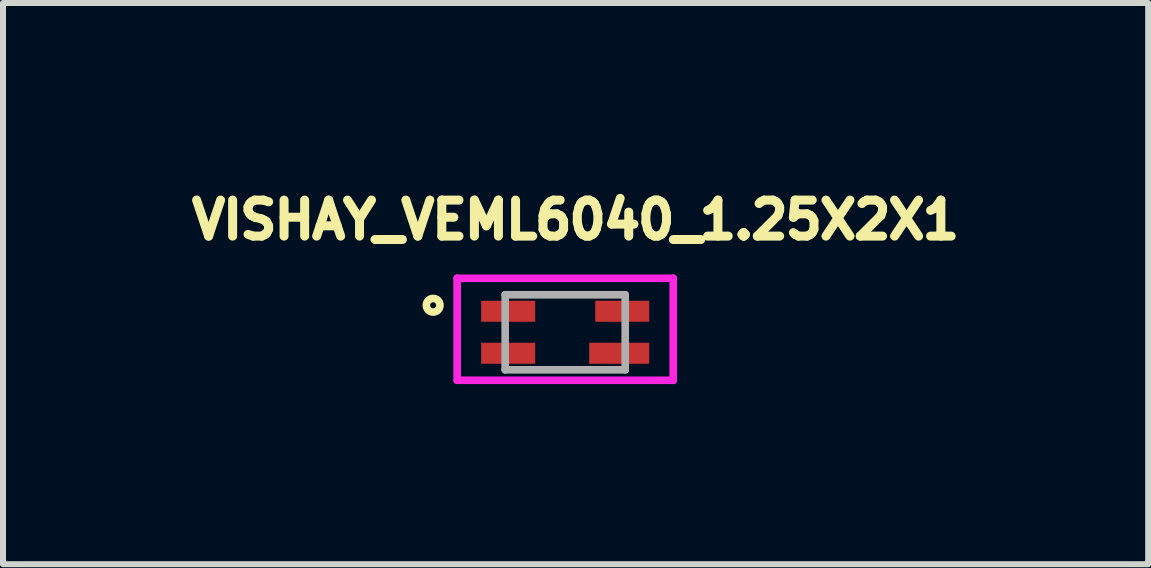
<source format=kicad_pcb>
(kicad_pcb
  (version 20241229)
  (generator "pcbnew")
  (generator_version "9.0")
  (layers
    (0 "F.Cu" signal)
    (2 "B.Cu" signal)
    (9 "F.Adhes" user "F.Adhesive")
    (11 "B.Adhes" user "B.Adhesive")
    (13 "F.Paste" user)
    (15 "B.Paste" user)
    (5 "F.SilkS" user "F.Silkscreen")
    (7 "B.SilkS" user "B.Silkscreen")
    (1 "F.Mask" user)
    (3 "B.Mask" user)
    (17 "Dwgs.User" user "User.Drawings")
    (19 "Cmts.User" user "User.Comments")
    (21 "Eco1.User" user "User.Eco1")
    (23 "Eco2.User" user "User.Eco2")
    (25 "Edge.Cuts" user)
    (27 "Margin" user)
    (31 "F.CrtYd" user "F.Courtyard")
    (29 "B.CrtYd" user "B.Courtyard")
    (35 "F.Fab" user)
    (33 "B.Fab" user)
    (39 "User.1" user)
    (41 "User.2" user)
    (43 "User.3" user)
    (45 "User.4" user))
  (footprint "VISHAY_VEML6040_1.25X2X1"
    (layer "F.Cu")
    (at 6.367 2.486)
    (property "Reference" "VISHAY_VEML6040_1.25X2X1" (at 0.173 -1.872 0) (layer "F.SilkS") (effects (font (size 0.6 0.6) (thickness 0.15))))
    (attr through_hole)
    (fp_circle (center -2.2 -0.45) (end -2.15 -0.45) (stroke (width 0.127) (type solid)) (fill no) (layer "F.SilkS"))
    (fp_line (start -1.8 -0.9) (end 1.8 -0.9) (stroke (width 0.127) (type solid)) (layer "F.CrtYd"))
    (fp_line (start -1.8 0.8) (end -1.8 -0.9) (stroke (width 0.127) (type solid)) (layer "F.CrtYd"))
    (fp_line (start 1.8 -0.9) (end 1.8 0.8) (stroke (width 0.127) (type solid)) (layer "F.CrtYd"))
    (fp_line (start 1.8 0.8) (end -1.8 0.8) (stroke (width 0.127) (type solid)) (layer "F.CrtYd"))
    (fp_line (start -1 -0.625) (end 1 -0.625) (stroke (width 0.127) (type solid)) (layer "F.Fab"))
    (fp_line (start -1 0.625) (end -1 -0.625) (stroke (width 0.127) (type solid)) (layer "F.Fab"))
    (fp_line (start 1 -0.625) (end 1 0.625) (stroke (width 0.127) (type solid)) (layer "F.Fab"))
    (fp_line (start 1 0.625) (end -1 0.625) (stroke (width 0.127) (type solid)) (layer "F.Fab"))
    (pad "1" smd rect (at -0.95 -0.35) (size 0.9 0.35) (layers "F.Cu" "F.Mask" "F.Paste"))
    (pad "2" smd rect (at -0.95 0.35) (size 0.9 0.35) (layers "F.Cu" "F.Mask" "F.Paste"))
    (pad "3" smd rect (at 0.9 0.35 270) (size 0.35 1) (layers "F.Cu" "F.Mask" "F.Paste"))
    (pad "4" smd rect (at 0.95 -0.35) (size 0.9 0.35) (layers "F.Cu" "F.Mask" "F.Paste")))
  (gr_rect
    (start -3 -3)
    (end 16.08 6.35)
    (stroke (width 0.1) (type default))
    (fill no)
    (layer "Edge.Cuts")))
</source>
